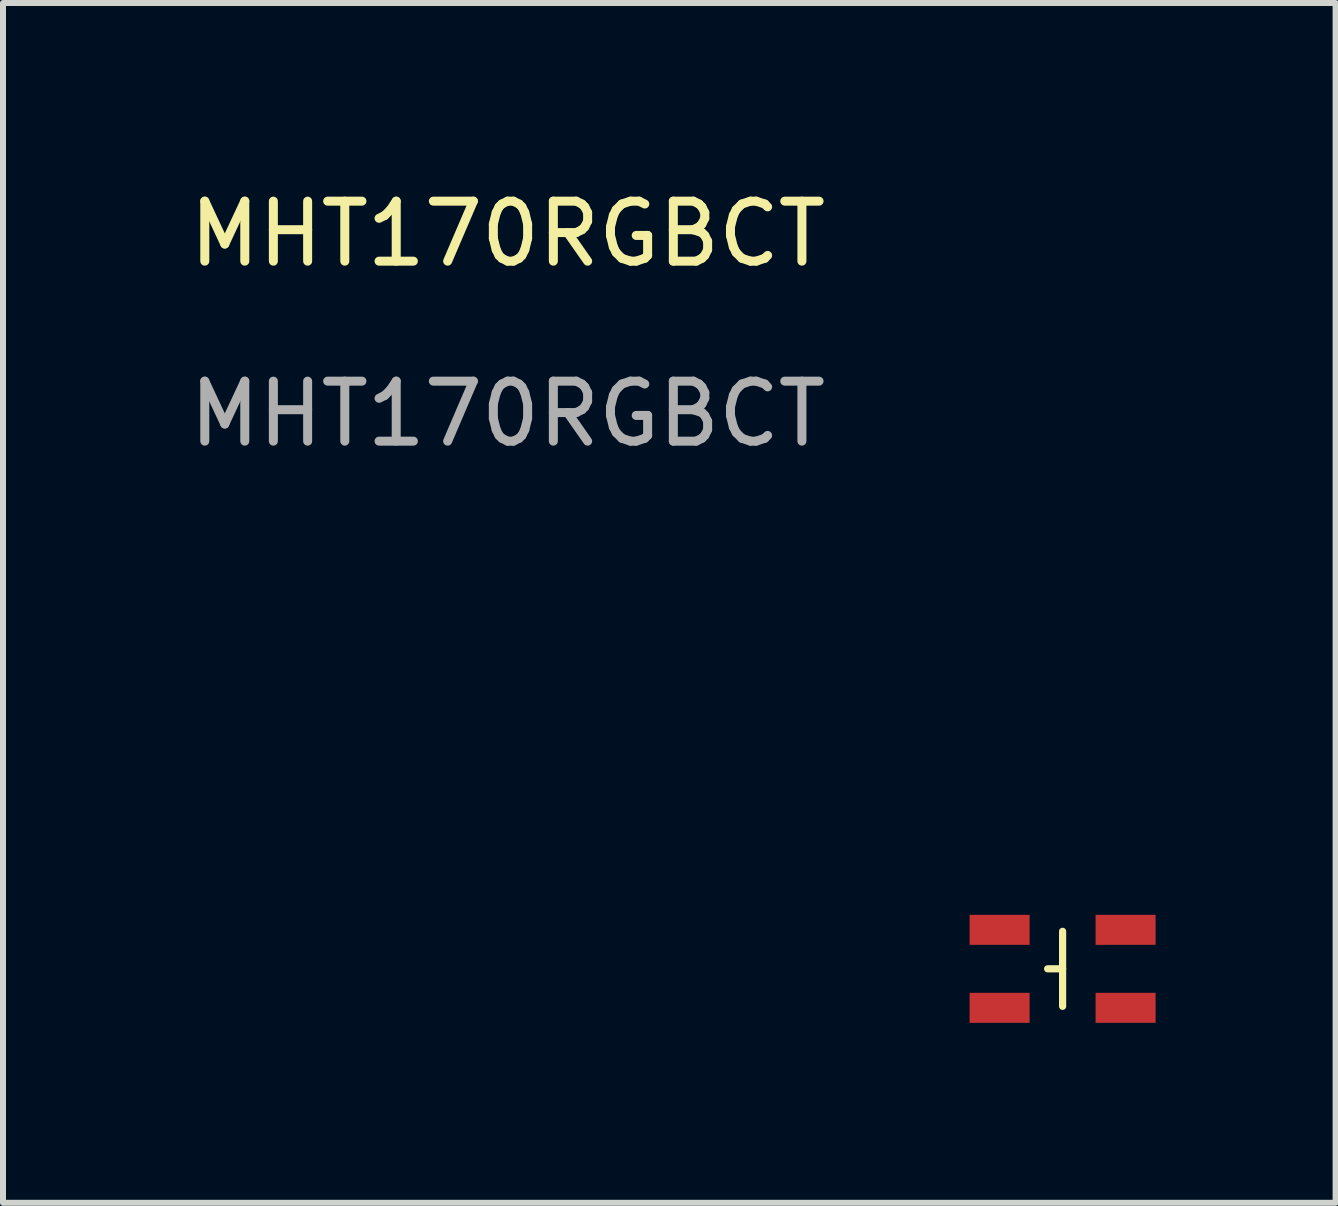
<source format=kicad_pcb>
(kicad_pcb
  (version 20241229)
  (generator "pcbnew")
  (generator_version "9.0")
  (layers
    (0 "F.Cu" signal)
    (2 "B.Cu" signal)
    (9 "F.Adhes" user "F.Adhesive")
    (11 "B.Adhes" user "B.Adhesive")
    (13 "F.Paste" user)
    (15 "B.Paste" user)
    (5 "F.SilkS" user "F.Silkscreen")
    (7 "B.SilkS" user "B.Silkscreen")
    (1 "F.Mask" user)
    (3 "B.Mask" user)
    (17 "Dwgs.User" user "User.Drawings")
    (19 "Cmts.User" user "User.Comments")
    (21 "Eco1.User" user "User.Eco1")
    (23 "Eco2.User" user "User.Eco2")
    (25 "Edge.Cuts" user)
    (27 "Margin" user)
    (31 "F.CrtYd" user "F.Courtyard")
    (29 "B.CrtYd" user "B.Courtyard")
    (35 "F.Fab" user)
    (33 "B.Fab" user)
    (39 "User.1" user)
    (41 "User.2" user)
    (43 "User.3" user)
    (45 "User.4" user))
  (footprint "MHT170RGBCT"
    (layer "F.Cu")
    (at 14.661 13.098)
    (property "Reference" "MHT170RGBCT" (at -9.25 -12.25 0) (unlocked yes) (layer "F.SilkS") (effects (font (size 1 1) (thickness 0.15))))
    (attr smd)
    (fp_line (start 0 -0.625) (end 0 0.625) (stroke (width 0.12) (type default)) (layer "F.SilkS"))
    (fp_line (start 0 0) (end -0.25 0) (stroke (width 0.12) (type default)) (layer "F.SilkS"))
    (fp_text user "${REFERENCE}" (at -9.25 -9.25 0) (unlocked yes) (layer "F.Fab") (effects (font (size 1 1) (thickness 0.15))))
    (pad "1" smd rect (at -1.05 -0.65) (size 1 0.5) (layers "F.Cu" "F.Mask" "F.Paste"))
    (pad "2" smd rect (at 1.05 -0.65) (size 1 0.5) (layers "F.Cu" "F.Mask" "F.Paste"))
    (pad "3" smd rect (at 1.05 0.65) (size 1 0.5) (layers "F.Cu" "F.Mask" "F.Paste"))
    (pad "4" smd rect (at -1.05 0.65) (size 1 0.5) (layers "F.Cu" "F.Mask" "F.Paste")))
  (gr_rect
    (start -3 -3)
    (end 19.211 16.998)
    (stroke (width 0.1) (type default))
    (fill no)
    (layer "Edge.Cuts")))
</source>
